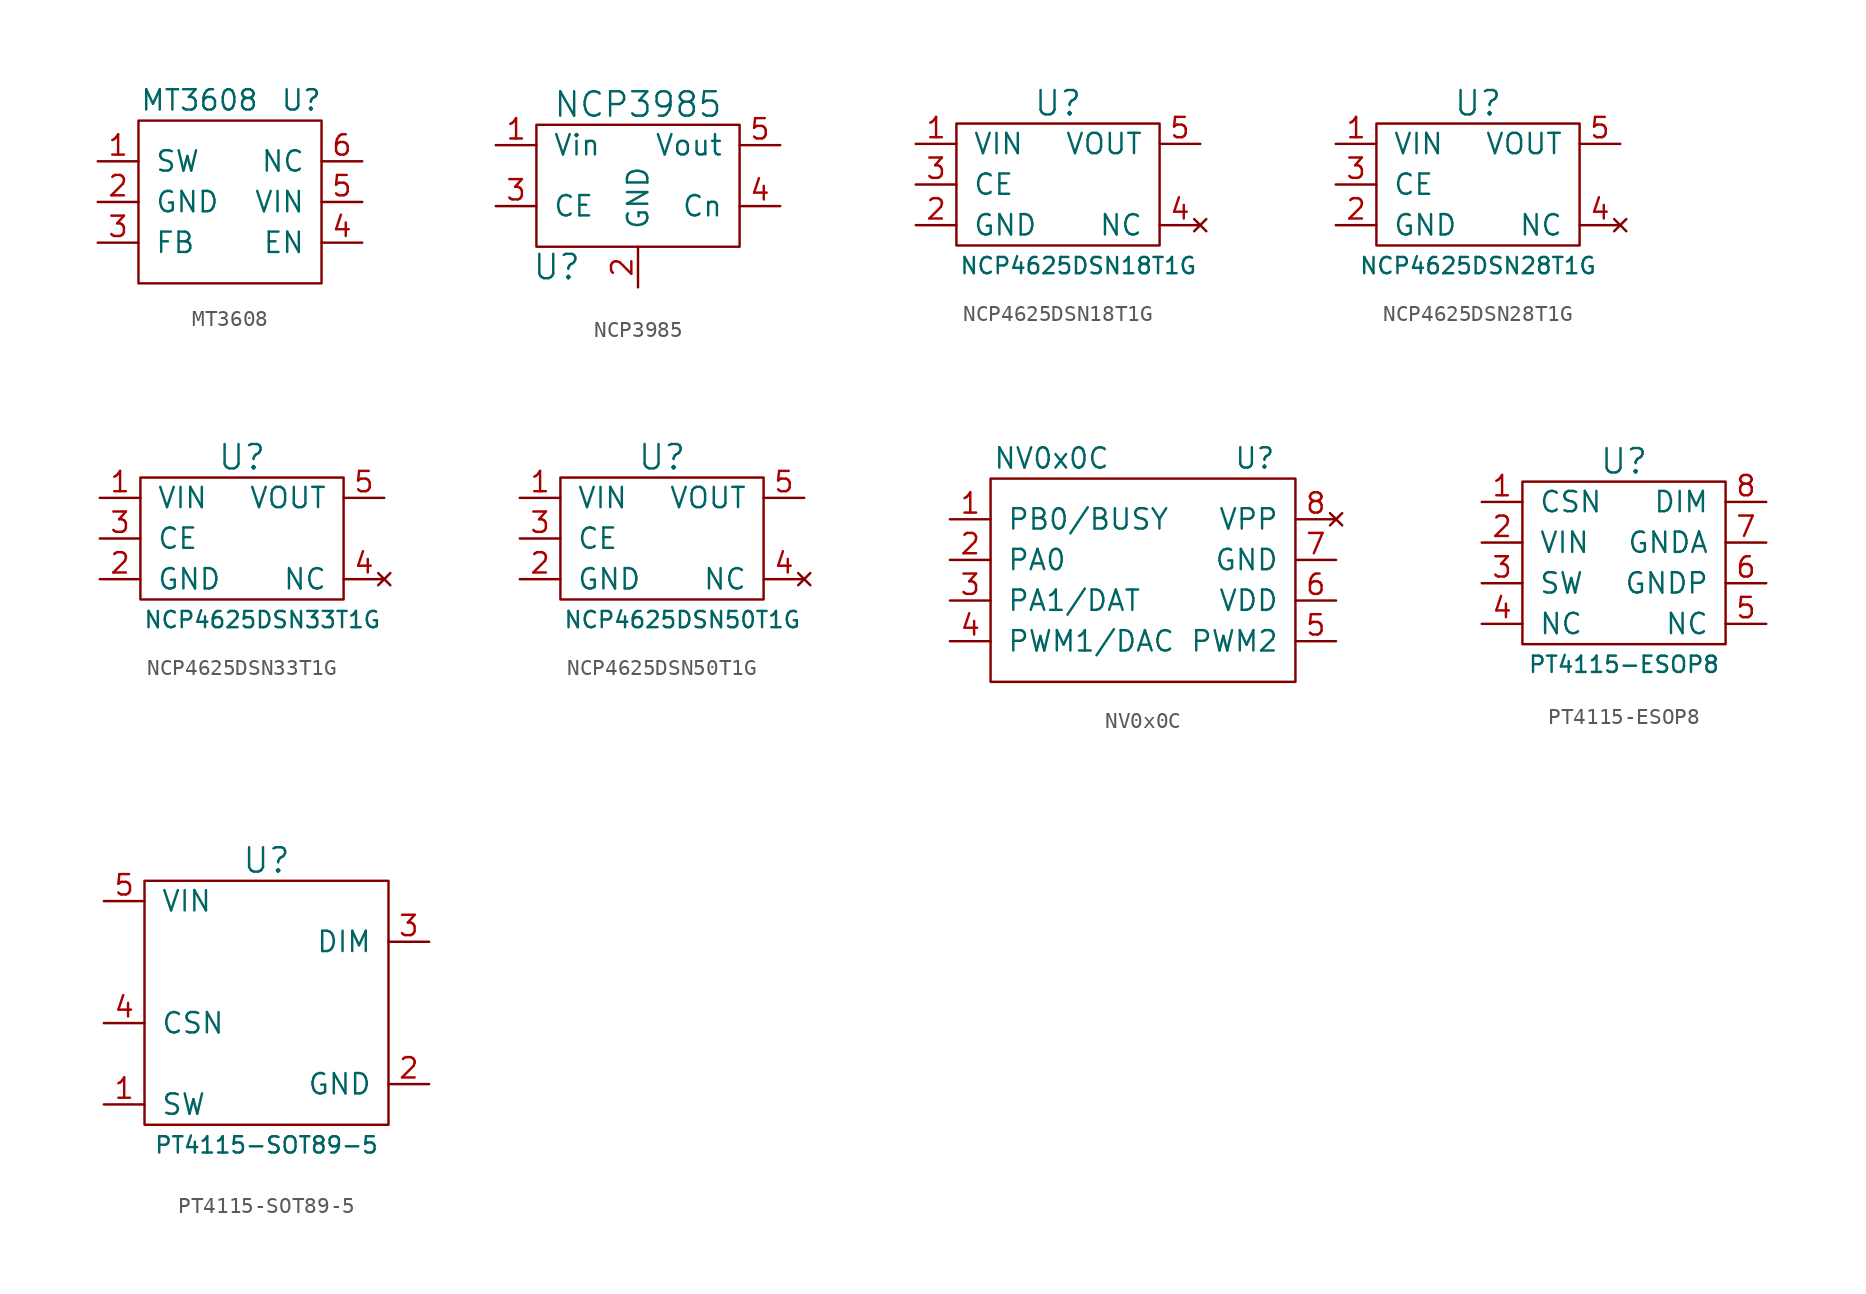
<source format=kicad_sym>
(kicad_symbol_lib
  (version 20220914)
  (generator kicad_symbol_editor)
  (symbol "MT3608"
    (pin_names
      (offset 1.016))
    (property "Reference" "U"
      (at 10.16 1.27 0)
      (effects (font (size 1.27 1.27))))
    (property "Value" "MT3608"
      (at 3.81 1.27 0)
      (effects (font (size 1.27 1.27))))
    (symbol "MT3608_0_1"
      (rectangle (start 0 0) (end 11.43 -10.16) (stroke (width 0) (type default)) (fill (type none))))
    (symbol "MT3608_1_1"
      (pin passive line (at -2.54 -2.54 0) (length 2.54) (name "SW" (effects (font (size 1.27 1.27)))) (number "1" (effects (font (size 1.27 1.27)))))
      (pin power_in line (at -2.54 -5.08 0) (length 2.54) (name "GND" (effects (font (size 1.27 1.27)))) (number "2" (effects (font (size 1.27 1.27)))))
      (pin passive line (at -2.54 -7.62 0) (length 2.54) (name "FB" (effects (font (size 1.27 1.27)))) (number "3" (effects (font (size 1.27 1.27)))))
      (pin input line (at 13.97 -7.62 180) (length 2.54) (name "EN" (effects (font (size 1.27 1.27)))) (number "4" (effects (font (size 1.27 1.27)))))
      (pin power_in line (at 13.97 -5.08 180) (length 2.54) (name "VIN" (effects (font (size 1.27 1.27)))) (number "5" (effects (font (size 1.27 1.27)))))
      (pin passive line (at 13.97 -2.54 180) (length 2.54) (name "NC" (effects (font (size 1.27 1.27)))) (number "6" (effects (font (size 1.27 1.27)))))))
  (symbol "NCP3985"
    (pin_names
      (offset 1.016))
    (property "Reference" "U"
      (at -5.08 -5.08 0)
      (effects (font (size 1.524 1.524))))
    (property "Value" "NCP3985"
      (at 0 5.08 0)
      (effects (font (size 1.524 1.524))))
    (property "Footprint" ""
      (at -1.27 0 0)
      (effects (font (size 1.524 1.524))))
    (property "Datasheet" ""
      (at -1.27 0 0)
      (effects (font (size 1.524 1.524))))
    (symbol "NCP3985_0_1"
      (rectangle (start -6.35 3.81) (end 6.35 -3.81) (stroke (width 0) (type default)) (fill (type none))))
    (symbol "NCP3985_1_1"
      (pin input line (at -8.89 2.54 0) (length 2.54) (name "Vin" (effects (font (size 1.27 1.27)))) (number "1" (effects (font (size 1.27 1.27)))))
      (pin input line (at 0 -6.35 90) (length 2.54) (name "GND" (effects (font (size 1.27 1.27)))) (number "2" (effects (font (size 1.27 1.27)))))
      (pin input line (at -8.89 -1.27 0) (length 2.54) (name "CE" (effects (font (size 1.27 1.27)))) (number "3" (effects (font (size 1.27 1.27)))))
      (pin bidirectional line (at 8.89 -1.27 180) (length 2.54) (name "Cn" (effects (font (size 1.27 1.27)))) (number "4" (effects (font (size 1.27 1.27)))))
      (pin power_out line (at 8.89 2.54 180) (length 2.54) (name "Vout" (effects (font (size 1.27 1.27)))) (number "5" (effects (font (size 1.27 1.27)))))))
  (symbol "NCP4625DSN18T1G"
    (pin_names
      (offset 1.016))
    (property "Reference" "U"
      (at 0 5.08 0)
      (effects (font (size 1.524 1.524))))
    (property "Value" "NCP4625DSN18T1G"
      (at 1.27 -5.08 0)
      (effects (font (size 1.016 1.016))))
    (property "Footprint" ""
      (at -1.27 0 0)
      (effects (font (size 1.524 1.524))))
    (property "Datasheet" ""
      (at -1.27 0 0)
      (effects (font (size 1.524 1.524))))
    (symbol "NCP4625DSN18T1G_0_1"
      (rectangle (start -6.35 3.81) (end 6.35 -3.81) (stroke (width 0) (type default)) (fill (type none))))
    (symbol "NCP4625DSN18T1G_1_1"
      (pin input line (at -8.89 2.54 0) (length 2.54) (name "VIN" (effects (font (size 1.27 1.27)))) (number "1" (effects (font (size 1.27 1.27)))))
      (pin passive line (at -8.89 -2.54 0) (length 2.54) (name "GND" (effects (font (size 1.27 1.27)))) (number "2" (effects (font (size 1.27 1.27)))))
      (pin passive line (at -8.89 0 0) (length 2.54) (name "CE" (effects (font (size 1.27 1.27)))) (number "3" (effects (font (size 1.27 1.27)))))
      (pin no_connect line (at 8.89 -2.54 180) (length 2.54) (name "NC" (effects (font (size 1.27 1.27)))) (number "4" (effects (font (size 1.27 1.27)))))
      (pin output line (at 8.89 2.54 180) (length 2.54) (name "VOUT" (effects (font (size 1.27 1.27)))) (number "5" (effects (font (size 1.27 1.27)))))))
  (symbol "NCP4625DSN28T1G"
    (pin_names
      (offset 1.016))
    (property "Reference" "U"
      (at 0 5.08 0)
      (effects (font (size 1.524 1.524))))
    (property "Value" "NCP4625DSN28T1G"
      (at 0 -5.08 0)
      (effects (font (size 1.016 1.016))))
    (property "Footprint" ""
      (at -1.27 0 0)
      (effects (font (size 1.524 1.524))))
    (property "Datasheet" ""
      (at -1.27 0 0)
      (effects (font (size 1.524 1.524))))
    (symbol "NCP4625DSN28T1G_0_1"
      (rectangle (start -6.35 3.81) (end 6.35 -3.81) (stroke (width 0) (type default)) (fill (type none))))
    (symbol "NCP4625DSN28T1G_1_1"
      (pin input line (at -8.89 2.54 0) (length 2.54) (name "VIN" (effects (font (size 1.27 1.27)))) (number "1" (effects (font (size 1.27 1.27)))))
      (pin passive line (at -8.89 -2.54 0) (length 2.54) (name "GND" (effects (font (size 1.27 1.27)))) (number "2" (effects (font (size 1.27 1.27)))))
      (pin passive line (at -8.89 0 0) (length 2.54) (name "CE" (effects (font (size 1.27 1.27)))) (number "3" (effects (font (size 1.27 1.27)))))
      (pin no_connect line (at 8.89 -2.54 180) (length 2.54) (name "NC" (effects (font (size 1.27 1.27)))) (number "4" (effects (font (size 1.27 1.27)))))
      (pin output line (at 8.89 2.54 180) (length 2.54) (name "VOUT" (effects (font (size 1.27 1.27)))) (number "5" (effects (font (size 1.27 1.27)))))))
  (symbol "NCP4625DSN33T1G"
    (pin_names
      (offset 1.016))
    (property "Reference" "U"
      (at 0 5.08 0)
      (effects (font (size 1.524 1.524))))
    (property "Value" "NCP4625DSN33T1G"
      (at 1.27 -5.08 0)
      (effects (font (size 1.016 1.016))))
    (property "Footprint" ""
      (at -1.27 0 0)
      (effects (font (size 1.524 1.524))))
    (property "Datasheet" ""
      (at -1.27 0 0)
      (effects (font (size 1.524 1.524))))
    (symbol "NCP4625DSN33T1G_0_1"
      (rectangle (start -6.35 3.81) (end 6.35 -3.81) (stroke (width 0) (type default)) (fill (type none))))
    (symbol "NCP4625DSN33T1G_1_1"
      (pin input line (at -8.89 2.54 0) (length 2.54) (name "VIN" (effects (font (size 1.27 1.27)))) (number "1" (effects (font (size 1.27 1.27)))))
      (pin passive line (at -8.89 -2.54 0) (length 2.54) (name "GND" (effects (font (size 1.27 1.27)))) (number "2" (effects (font (size 1.27 1.27)))))
      (pin passive line (at -8.89 0 0) (length 2.54) (name "CE" (effects (font (size 1.27 1.27)))) (number "3" (effects (font (size 1.27 1.27)))))
      (pin no_connect line (at 8.89 -2.54 180) (length 2.54) (name "NC" (effects (font (size 1.27 1.27)))) (number "4" (effects (font (size 1.27 1.27)))))
      (pin output line (at 8.89 2.54 180) (length 2.54) (name "VOUT" (effects (font (size 1.27 1.27)))) (number "5" (effects (font (size 1.27 1.27)))))))
  (symbol "NCP4625DSN50T1G"
    (pin_names
      (offset 1.016))
    (property "Reference" "U"
      (at 0 5.08 0)
      (effects (font (size 1.524 1.524))))
    (property "Value" "NCP4625DSN50T1G"
      (at 1.27 -5.08 0)
      (effects (font (size 1.016 1.016))))
    (property "Footprint" ""
      (at -1.27 0 0)
      (effects (font (size 1.524 1.524))))
    (property "Datasheet" ""
      (at -1.27 0 0)
      (effects (font (size 1.524 1.524))))
    (symbol "NCP4625DSN50T1G_0_1"
      (rectangle (start -6.35 3.81) (end 6.35 -3.81) (stroke (width 0) (type default)) (fill (type none))))
    (symbol "NCP4625DSN50T1G_1_1"
      (pin input line (at -8.89 2.54 0) (length 2.54) (name "VIN" (effects (font (size 1.27 1.27)))) (number "1" (effects (font (size 1.27 1.27)))))
      (pin passive line (at -8.89 -2.54 0) (length 2.54) (name "GND" (effects (font (size 1.27 1.27)))) (number "2" (effects (font (size 1.27 1.27)))))
      (pin passive line (at -8.89 0 0) (length 2.54) (name "CE" (effects (font (size 1.27 1.27)))) (number "3" (effects (font (size 1.27 1.27)))))
      (pin no_connect line (at 8.89 -2.54 180) (length 2.54) (name "NC" (effects (font (size 1.27 1.27)))) (number "4" (effects (font (size 1.27 1.27)))))
      (pin output line (at 8.89 2.54 180) (length 2.54) (name "VOUT" (effects (font (size 1.27 1.27)))) (number "5" (effects (font (size 1.27 1.27)))))))
  (symbol "NV0x0C"
    (pin_names
      (offset 1.016))
    (property "Reference" "U"
      (at 16.51 1.27 0)
      (effects (font (size 1.27 1.27))))
    (property "Value" "NV0x0C"
      (at 3.81 1.27 0)
      (effects (font (size 1.27 1.27))))
    (symbol "NV0x0C_0_1"
      (rectangle (start 0 0) (end 19.05 -12.7) (stroke (width 0) (type default)) (fill (type none))))
    (symbol "NV0x0C_1_1"
      (pin bidirectional line (at -2.54 -2.54 0) (length 2.54) (name "PB0/BUSY" (effects (font (size 1.27 1.27)))) (number "1" (effects (font (size 1.27 1.27)))))
      (pin bidirectional line (at -2.54 -5.08 0) (length 2.54) (name "PA0" (effects (font (size 1.27 1.27)))) (number "2" (effects (font (size 1.27 1.27)))))
      (pin bidirectional line (at -2.54 -7.62 0) (length 2.54) (name "PA1/DAT" (effects (font (size 1.27 1.27)))) (number "3" (effects (font (size 1.27 1.27)))))
      (pin output line (at -2.54 -10.16 0) (length 2.54) (name "PWM1/DAC" (effects (font (size 1.27 1.27)))) (number "4" (effects (font (size 1.27 1.27)))))
      (pin output line (at 21.59 -10.16 180) (length 2.54) (name "PWM2" (effects (font (size 1.27 1.27)))) (number "5" (effects (font (size 1.27 1.27)))))
      (pin power_in line (at 21.59 -7.62 180) (length 2.54) (name "VDD" (effects (font (size 1.27 1.27)))) (number "6" (effects (font (size 1.27 1.27)))))
      (pin power_in line (at 21.59 -5.08 180) (length 2.54) (name "GND" (effects (font (size 1.27 1.27)))) (number "7" (effects (font (size 1.27 1.27)))))
      (pin no_connect line (at 21.59 -2.54 180) (length 2.54) (name "VPP" (effects (font (size 1.27 1.27)))) (number "8" (effects (font (size 1.27 1.27)))))))
  (symbol "PT4115-ESOP8"
    (pin_names
      (offset 1.016))
    (property "Reference" "U"
      (at 0 6.35 0)
      (effects (font (size 1.524 1.524))))
    (property "Value" "PT4115-ESOP8"
      (at 0 -6.35 0)
      (effects (font (size 1.016 1.016))))
    (symbol "PT4115-ESOP8_0_1"
      (rectangle (start -6.35 5.08) (end 6.35 -5.08) (stroke (width 0) (type default)) (fill (type none))))
    (symbol "PT4115-ESOP8_1_1"
      (pin passive line (at -8.89 3.81 0) (length 2.54) (name "CSN" (effects (font (size 1.27 1.27)))) (number "1" (effects (font (size 1.27 1.27)))))
      (pin passive line (at -8.89 1.27 0) (length 2.54) (name "VIN" (effects (font (size 1.27 1.27)))) (number "2" (effects (font (size 1.27 1.27)))))
      (pin passive line (at -8.89 -1.27 0) (length 2.54) (name "SW" (effects (font (size 1.27 1.27)))) (number "3" (effects (font (size 1.27 1.27)))))
      (pin passive line (at -8.89 -3.81 0) (length 2.54) (name "NC" (effects (font (size 1.27 1.27)))) (number "4" (effects (font (size 1.27 1.27)))))
      (pin passive line (at 8.89 -3.81 180) (length 2.54) (name "NC" (effects (font (size 1.27 1.27)))) (number "5" (effects (font (size 1.27 1.27)))))
      (pin passive line (at 8.89 -1.27 180) (length 2.54) (name "GNDP" (effects (font (size 1.27 1.27)))) (number "6" (effects (font (size 1.27 1.27)))))
      (pin passive line (at 8.89 1.27 180) (length 2.54) (name "GNDA" (effects (font (size 1.27 1.27)))) (number "7" (effects (font (size 1.27 1.27)))))
      (pin passive line (at 8.89 3.81 180) (length 2.54) (name "DIM" (effects (font (size 1.27 1.27)))) (number "8" (effects (font (size 1.27 1.27)))))))
  (symbol "PT4115-SOT89-5"
    (pin_names
      (offset 1.016))
    (property "Reference" "U"
      (at 0 8.89 0)
      (effects (font (size 1.524 1.524))))
    (property "Value" "PT4115-SOT89-5"
      (at 0 -8.89 0)
      (effects (font (size 1.016 1.016))))
    (symbol "PT4115-SOT89-5_0_1"
      (rectangle (start -7.62 7.62) (end 7.62 -7.62) (stroke (width 0) (type default)) (fill (type none))))
    (symbol "PT4115-SOT89-5_1_1"
      (pin passive line (at -10.16 -6.35 0) (length 2.54) (name "SW" (effects (font (size 1.27 1.27)))) (number "1" (effects (font (size 1.27 1.27)))))
      (pin passive line (at 10.16 -5.08 180) (length 2.54) (name "GND" (effects (font (size 1.27 1.27)))) (number "2" (effects (font (size 1.27 1.27)))))
      (pin passive line (at 10.16 3.81 180) (length 2.54) (name "DIM" (effects (font (size 1.27 1.27)))) (number "3" (effects (font (size 1.27 1.27)))))
      (pin passive line (at -10.16 -1.27 0) (length 2.54) (name "CSN" (effects (font (size 1.27 1.27)))) (number "4" (effects (font (size 1.27 1.27)))))
      (pin passive line (at -10.16 6.35 0) (length 2.54) (name "VIN" (effects (font (size 1.27 1.27)))) (number "5" (effects (font (size 1.27 1.27))))))))
</source>
